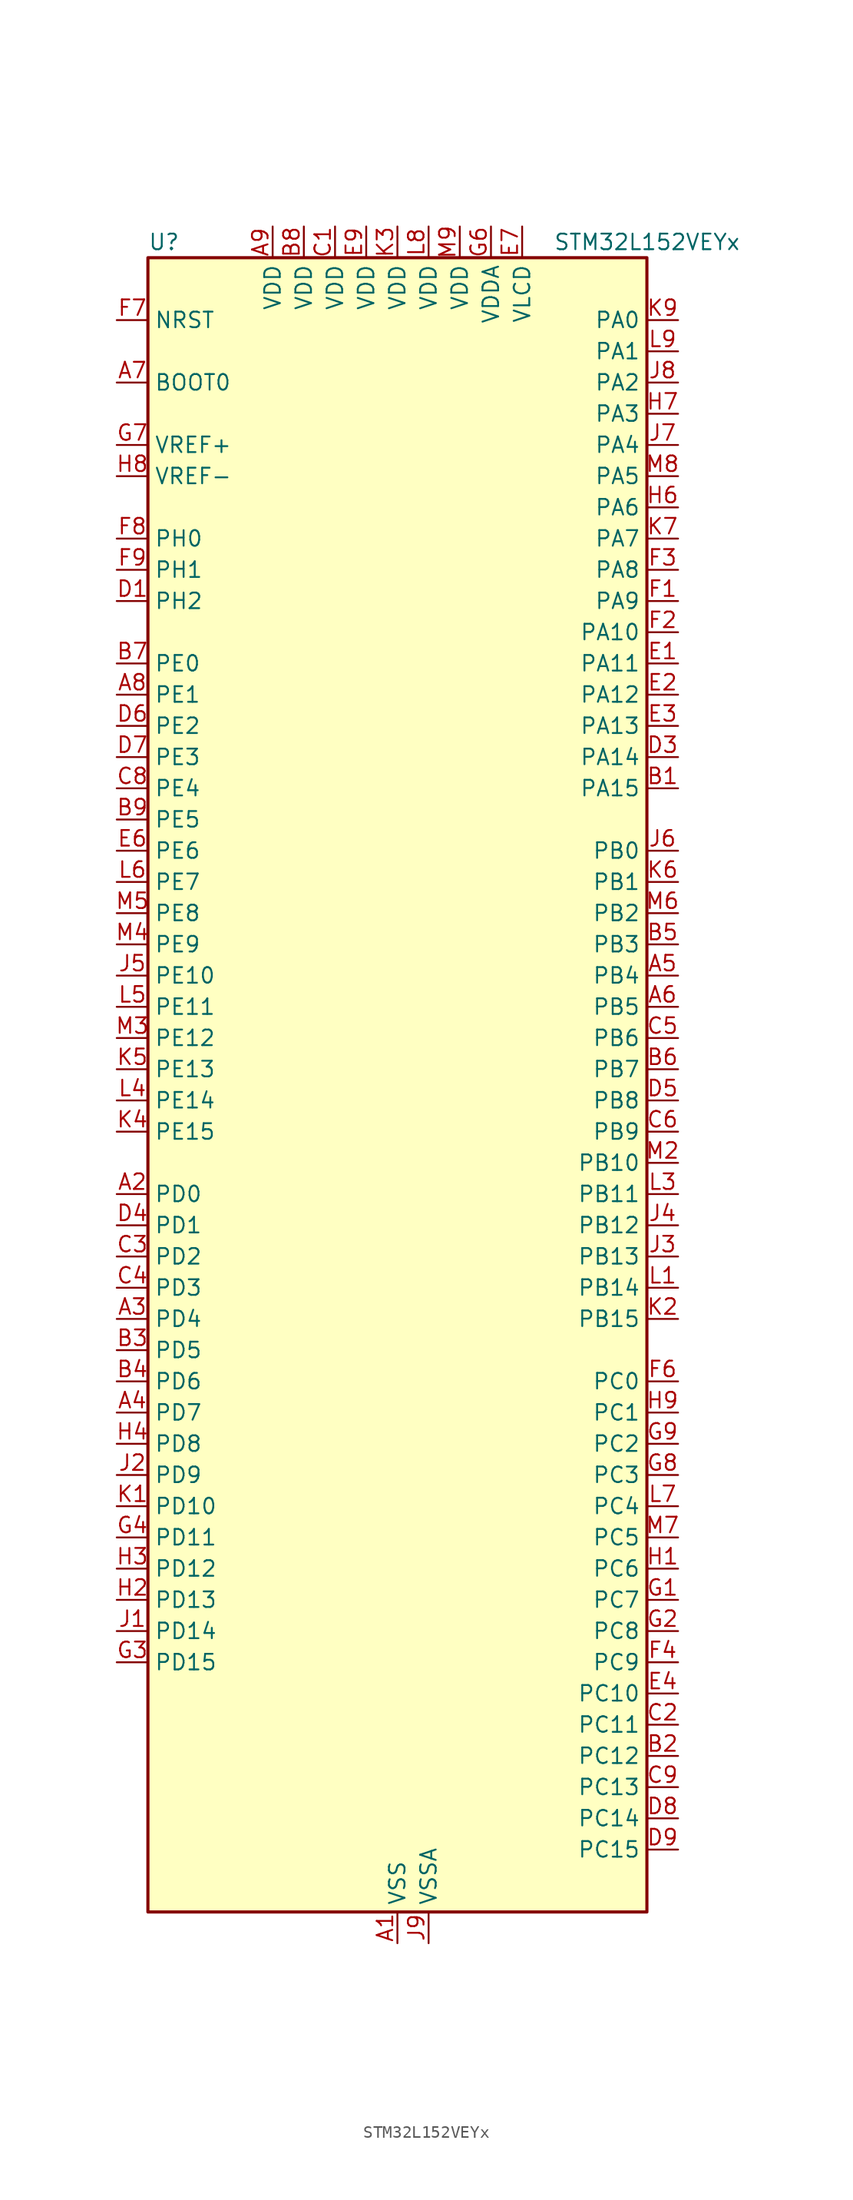
<source format=kicad_sym>
(kicad_symbol_lib
  (version 20241209)
  (generator "kicad_symbol_editor")
  (generator_version "9.0")
  (symbol "STM32L152VEYx"
    (property "Reference" "U"
      (at -20.32 69.85 0)
      (effects (font (size 1.27 1.27)) (justify left)))
    (property "Value" "STM32L152VEYx"
      (at 12.7 69.85 0)
      (effects (font (size 1.27 1.27)) (justify left)))
    (symbol "STM32L152VEYx_0_1"
      (rectangle (start -20.32 -66.04) (end 20.32 68.58) (stroke (width 0.254) (type default)) (fill (type background))))
    (symbol "STM32L152VEYx_1_1"
      (pin input line (at -22.86 63.5 0) (length 2.54) (name "NRST" (effects (font (size 1.27 1.27)))) (number "F7" (effects (font (size 1.27 1.27)))))
      (pin input line (at -22.86 58.42 0) (length 2.54) (name "BOOT0" (effects (font (size 1.27 1.27)))) (number "A7" (effects (font (size 1.27 1.27)))))
      (pin input line (at -22.86 53.34 0) (length 2.54) (name "VREF+" (effects (font (size 1.27 1.27)))) (number "G7" (effects (font (size 1.27 1.27)))))
      (pin input line (at -22.86 50.8 0) (length 2.54) (name "VREF-" (effects (font (size 1.27 1.27)))) (number "H8" (effects (font (size 1.27 1.27)))))
      (pin bidirectional line (at -22.86 45.72 0) (length 2.54) (name "PH0" (effects (font (size 1.27 1.27)))) (number "F8" (effects (font (size 1.27 1.27)))) (alternate "RCC_OSC_IN" bidirectional line))
      (pin bidirectional line (at -22.86 43.18 0) (length 2.54) (name "PH1" (effects (font (size 1.27 1.27)))) (number "F9" (effects (font (size 1.27 1.27)))) (alternate "RCC_OSC_OUT" bidirectional line))
      (pin bidirectional line (at -22.86 40.64 0) (length 2.54) (name "PH2" (effects (font (size 1.27 1.27)))) (number "D1" (effects (font (size 1.27 1.27)))))
      (pin bidirectional line (at -22.86 35.56 0) (length 2.54) (name "PE0" (effects (font (size 1.27 1.27)))) (number "B7" (effects (font (size 1.27 1.27)))) (alternate "LCD_SEG36" bidirectional line) (alternate "TIM10_CH1" bidirectional line) (alternate "TIM4_ETR" bidirectional line) (alternate "TIMX_IC1" bidirectional line))
      (pin bidirectional line (at -22.86 33.02 0) (length 2.54) (name "PE1" (effects (font (size 1.27 1.27)))) (number "A8" (effects (font (size 1.27 1.27)))) (alternate "LCD_SEG37" bidirectional line) (alternate "TIM11_CH1" bidirectional line) (alternate "TIMX_IC2" bidirectional line))
      (pin bidirectional line (at -22.86 30.48 0) (length 2.54) (name "PE2" (effects (font (size 1.27 1.27)))) (number "D6" (effects (font (size 1.27 1.27)))) (alternate "LCD_SEG38" bidirectional line) (alternate "SYS_TRACECK" bidirectional line) (alternate "TIM3_ETR" bidirectional line) (alternate "TIMX_IC3" bidirectional line))
      (pin bidirectional line (at -22.86 27.94 0) (length 2.54) (name "PE3" (effects (font (size 1.27 1.27)))) (number "D7" (effects (font (size 1.27 1.27)))) (alternate "LCD_SEG39" bidirectional line) (alternate "SYS_TRACED0" bidirectional line) (alternate "TIM3_CH1" bidirectional line) (alternate "TIMX_IC4" bidirectional line))
      (pin bidirectional line (at -22.86 25.4 0) (length 2.54) (name "PE4" (effects (font (size 1.27 1.27)))) (number "C8" (effects (font (size 1.27 1.27)))) (alternate "SYS_TRACED1" bidirectional line) (alternate "TIM3_CH2" bidirectional line) (alternate "TIMX_IC1" bidirectional line))
      (pin bidirectional line (at -22.86 22.86 0) (length 2.54) (name "PE5" (effects (font (size 1.27 1.27)))) (number "B9" (effects (font (size 1.27 1.27)))) (alternate "SYS_TRACED2" bidirectional line) (alternate "TIM9_CH1" bidirectional line) (alternate "TIMX_IC2" bidirectional line))
      (pin bidirectional line (at -22.86 20.32 0) (length 2.54) (name "PE6" (effects (font (size 1.27 1.27)))) (number "E6" (effects (font (size 1.27 1.27)))) (alternate "RTC_TAMP3" bidirectional line) (alternate "SYS_TRACED3" bidirectional line) (alternate "SYS_WKUP3" bidirectional line) (alternate "TIM9_CH2" bidirectional line) (alternate "TIMX_IC3" bidirectional line))
      (pin bidirectional line (at -22.86 17.78 0) (length 2.54) (name "PE7" (effects (font (size 1.27 1.27)))) (number "L6" (effects (font (size 1.27 1.27)))) (alternate "ADC_IN22" bidirectional line) (alternate "COMP1_INP" bidirectional line) (alternate "TIMX_IC4" bidirectional line))
      (pin bidirectional line (at -22.86 15.24 0) (length 2.54) (name "PE8" (effects (font (size 1.27 1.27)))) (number "M5" (effects (font (size 1.27 1.27)))) (alternate "ADC_IN23" bidirectional line) (alternate "COMP1_INP" bidirectional line) (alternate "TIMX_IC1" bidirectional line))
      (pin bidirectional line (at -22.86 12.7 0) (length 2.54) (name "PE9" (effects (font (size 1.27 1.27)))) (number "M4" (effects (font (size 1.27 1.27)))) (alternate "ADC_IN24" bidirectional line) (alternate "COMP1_INP" bidirectional line) (alternate "DAC_EXTI9" bidirectional line) (alternate "TIM2_CH1" bidirectional line) (alternate "TIM2_ETR" bidirectional line) (alternate "TIMX_IC2" bidirectional line))
      (pin bidirectional line (at -22.86 10.16 0) (length 2.54) (name "PE10" (effects (font (size 1.27 1.27)))) (number "J5" (effects (font (size 1.27 1.27)))) (alternate "ADC_IN25" bidirectional line) (alternate "COMP1_INP" bidirectional line) (alternate "TIM2_CH2" bidirectional line) (alternate "TIMX_IC3" bidirectional line))
      (pin bidirectional line (at -22.86 7.62 0) (length 2.54) (name "PE11" (effects (font (size 1.27 1.27)))) (number "L5" (effects (font (size 1.27 1.27)))) (alternate "ADC_EXTI11" bidirectional line) (alternate "TIM2_CH3" bidirectional line) (alternate "TIMX_IC4" bidirectional line))
      (pin bidirectional line (at -22.86 5.08 0) (length 2.54) (name "PE12" (effects (font (size 1.27 1.27)))) (number "M3" (effects (font (size 1.27 1.27)))) (alternate "SPI1_NSS" bidirectional line) (alternate "TIM2_CH4" bidirectional line) (alternate "TIMX_IC1" bidirectional line))
      (pin bidirectional line (at -22.86 2.54 0) (length 2.54) (name "PE13" (effects (font (size 1.27 1.27)))) (number "K5" (effects (font (size 1.27 1.27)))) (alternate "SPI1_SCK" bidirectional line) (alternate "TIMX_IC2" bidirectional line))
      (pin bidirectional line (at -22.86 0 0) (length 2.54) (name "PE14" (effects (font (size 1.27 1.27)))) (number "L4" (effects (font (size 1.27 1.27)))) (alternate "SPI1_MISO" bidirectional line) (alternate "TIMX_IC3" bidirectional line))
      (pin bidirectional line (at -22.86 -2.54 0) (length 2.54) (name "PE15" (effects (font (size 1.27 1.27)))) (number "K4" (effects (font (size 1.27 1.27)))) (alternate "ADC_EXTI15" bidirectional line) (alternate "SPI1_MOSI" bidirectional line) (alternate "TIMX_IC4" bidirectional line))
      (pin bidirectional line (at -22.86 -7.62 0) (length 2.54) (name "PD0" (effects (font (size 1.27 1.27)))) (number "A2" (effects (font (size 1.27 1.27)))) (alternate "I2S2_WS" bidirectional line) (alternate "SPI2_NSS" bidirectional line) (alternate "TIM9_CH1" bidirectional line) (alternate "TIMX_IC1" bidirectional line))
      (pin bidirectional line (at -22.86 -10.16 0) (length 2.54) (name "PD1" (effects (font (size 1.27 1.27)))) (number "D4" (effects (font (size 1.27 1.27)))) (alternate "I2S2_CK" bidirectional line) (alternate "SPI2_SCK" bidirectional line) (alternate "TIMX_IC2" bidirectional line))
      (pin bidirectional line (at -22.86 -12.7 0) (length 2.54) (name "PD2" (effects (font (size 1.27 1.27)))) (number "C3" (effects (font (size 1.27 1.27)))) (alternate "LCD_COM7" bidirectional line) (alternate "LCD_SEG31" bidirectional line) (alternate "LCD_SEG43" bidirectional line) (alternate "TIM3_ETR" bidirectional line) (alternate "TIMX_IC3" bidirectional line) (alternate "UART5_RX" bidirectional line))
      (pin bidirectional line (at -22.86 -15.24 0) (length 2.54) (name "PD3" (effects (font (size 1.27 1.27)))) (number "C4" (effects (font (size 1.27 1.27)))) (alternate "SPI2_MISO" bidirectional line) (alternate "TIMX_IC4" bidirectional line) (alternate "USART2_CTS" bidirectional line))
      (pin bidirectional line (at -22.86 -17.78 0) (length 2.54) (name "PD4" (effects (font (size 1.27 1.27)))) (number "A3" (effects (font (size 1.27 1.27)))) (alternate "I2S2_SD" bidirectional line) (alternate "SPI2_MOSI" bidirectional line) (alternate "TIMX_IC1" bidirectional line) (alternate "USART2_RTS" bidirectional line))
      (pin bidirectional line (at -22.86 -20.32 0) (length 2.54) (name "PD5" (effects (font (size 1.27 1.27)))) (number "B3" (effects (font (size 1.27 1.27)))) (alternate "TIMX_IC2" bidirectional line) (alternate "USART2_TX" bidirectional line))
      (pin bidirectional line (at -22.86 -22.86 0) (length 2.54) (name "PD6" (effects (font (size 1.27 1.27)))) (number "B4" (effects (font (size 1.27 1.27)))) (alternate "TIMX_IC3" bidirectional line) (alternate "USART2_RX" bidirectional line))
      (pin bidirectional line (at -22.86 -25.4 0) (length 2.54) (name "PD7" (effects (font (size 1.27 1.27)))) (number "A4" (effects (font (size 1.27 1.27)))) (alternate "TIM9_CH2" bidirectional line) (alternate "TIMX_IC4" bidirectional line) (alternate "USART2_CK" bidirectional line))
      (pin bidirectional line (at -22.86 -27.94 0) (length 2.54) (name "PD8" (effects (font (size 1.27 1.27)))) (number "H4" (effects (font (size 1.27 1.27)))) (alternate "LCD_SEG28" bidirectional line) (alternate "TIMX_IC1" bidirectional line) (alternate "USART3_TX" bidirectional line))
      (pin bidirectional line (at -22.86 -30.48 0) (length 2.54) (name "PD9" (effects (font (size 1.27 1.27)))) (number "J2" (effects (font (size 1.27 1.27)))) (alternate "DAC_EXTI9" bidirectional line) (alternate "LCD_SEG29" bidirectional line) (alternate "TIMX_IC2" bidirectional line) (alternate "USART3_RX" bidirectional line))
      (pin bidirectional line (at -22.86 -33.02 0) (length 2.54) (name "PD10" (effects (font (size 1.27 1.27)))) (number "K1" (effects (font (size 1.27 1.27)))) (alternate "LCD_SEG30" bidirectional line) (alternate "TIMX_IC3" bidirectional line) (alternate "USART3_CK" bidirectional line))
      (pin bidirectional line (at -22.86 -35.56 0) (length 2.54) (name "PD11" (effects (font (size 1.27 1.27)))) (number "G4" (effects (font (size 1.27 1.27)))) (alternate "ADC_EXTI11" bidirectional line) (alternate "LCD_SEG31" bidirectional line) (alternate "TIMX_IC4" bidirectional line) (alternate "USART3_CTS" bidirectional line))
      (pin bidirectional line (at -22.86 -38.1 0) (length 2.54) (name "PD12" (effects (font (size 1.27 1.27)))) (number "H3" (effects (font (size 1.27 1.27)))) (alternate "LCD_SEG32" bidirectional line) (alternate "TIM4_CH1" bidirectional line) (alternate "TIMX_IC1" bidirectional line) (alternate "USART3_RTS" bidirectional line))
      (pin bidirectional line (at -22.86 -40.64 0) (length 2.54) (name "PD13" (effects (font (size 1.27 1.27)))) (number "H2" (effects (font (size 1.27 1.27)))) (alternate "LCD_SEG33" bidirectional line) (alternate "TIM4_CH2" bidirectional line) (alternate "TIMX_IC2" bidirectional line))
      (pin bidirectional line (at -22.86 -43.18 0) (length 2.54) (name "PD14" (effects (font (size 1.27 1.27)))) (number "J1" (effects (font (size 1.27 1.27)))) (alternate "LCD_SEG34" bidirectional line) (alternate "TIM4_CH3" bidirectional line) (alternate "TIMX_IC3" bidirectional line))
      (pin bidirectional line (at -22.86 -45.72 0) (length 2.54) (name "PD15" (effects (font (size 1.27 1.27)))) (number "G3" (effects (font (size 1.27 1.27)))) (alternate "ADC_EXTI15" bidirectional line) (alternate "LCD_SEG35" bidirectional line) (alternate "TIM4_CH4" bidirectional line) (alternate "TIMX_IC4" bidirectional line))
      (pin power_in line (at -10.16 71.12 270) (length 2.54) (name "VDD" (effects (font (size 1.27 1.27)))) (number "A9" (effects (font (size 1.27 1.27)))))
      (pin power_in line (at -7.62 71.12 270) (length 2.54) (name "VDD" (effects (font (size 1.27 1.27)))) (number "B8" (effects (font (size 1.27 1.27)))))
      (pin power_in line (at -5.08 71.12 270) (length 2.54) (name "VDD" (effects (font (size 1.27 1.27)))) (number "C1" (effects (font (size 1.27 1.27)))))
      (pin power_in line (at -2.54 71.12 270) (length 2.54) (name "VDD" (effects (font (size 1.27 1.27)))) (number "E9" (effects (font (size 1.27 1.27)))))
      (pin power_in line (at 0 71.12 270) (length 2.54) (name "VDD" (effects (font (size 1.27 1.27)))) (number "K3" (effects (font (size 1.27 1.27)))))
      (pin power_in line (at 0 -68.58 90) (length 2.54) (name "VSS" (effects (font (size 1.27 1.27)))) (number "A1" (effects (font (size 1.27 1.27)))))
      (pin passive line (at 0 -68.58 90) (length 2.54) (hide yes) (name "VSS" (effects (font (size 1.27 1.27)))) (number "C7" (effects (font (size 1.27 1.27)))))
      (pin passive line (at 0 -68.58 90) (length 2.54) (hide yes) (name "VSS" (effects (font (size 1.27 1.27)))) (number "D2" (effects (font (size 1.27 1.27)))))
      (pin passive line (at 0 -68.58 90) (length 2.54) (hide yes) (name "VSS" (effects (font (size 1.27 1.27)))) (number "E8" (effects (font (size 1.27 1.27)))))
      (pin passive line (at 0 -68.58 90) (length 2.54) (hide yes) (name "VSS" (effects (font (size 1.27 1.27)))) (number "K8" (effects (font (size 1.27 1.27)))))
      (pin passive line (at 0 -68.58 90) (length 2.54) (hide yes) (name "VSS" (effects (font (size 1.27 1.27)))) (number "L2" (effects (font (size 1.27 1.27)))))
      (pin passive line (at 0 -68.58 90) (length 2.54) (hide yes) (name "VSS" (effects (font (size 1.27 1.27)))) (number "M1" (effects (font (size 1.27 1.27)))))
      (pin power_in line (at 2.54 71.12 270) (length 2.54) (name "VDD" (effects (font (size 1.27 1.27)))) (number "L8" (effects (font (size 1.27 1.27)))))
      (pin power_in line (at 2.54 -68.58 90) (length 2.54) (name "VSSA" (effects (font (size 1.27 1.27)))) (number "J9" (effects (font (size 1.27 1.27)))))
      (pin power_in line (at 5.08 71.12 270) (length 2.54) (name "VDD" (effects (font (size 1.27 1.27)))) (number "M9" (effects (font (size 1.27 1.27)))))
      (pin power_in line (at 7.62 71.12 270) (length 2.54) (name "VDDA" (effects (font (size 1.27 1.27)))) (number "G6" (effects (font (size 1.27 1.27)))))
      (pin power_in line (at 10.16 71.12 270) (length 2.54) (name "VLCD" (effects (font (size 1.27 1.27)))) (number "E7" (effects (font (size 1.27 1.27)))))
      (pin bidirectional line (at 22.86 63.5 180) (length 2.54) (name "PA0" (effects (font (size 1.27 1.27)))) (number "K9" (effects (font (size 1.27 1.27)))) (alternate "ADC_IN0" bidirectional line) (alternate "COMP1_INP" bidirectional line) (alternate "RTC_TAMP2" bidirectional line) (alternate "SYS_WKUP1" bidirectional line) (alternate "TIM2_CH1" bidirectional line) (alternate "TIM2_ETR" bidirectional line) (alternate "TIM5_CH1" bidirectional line) (alternate "TIMX_IC1" bidirectional line) (alternate "TS_G1_IO1" bidirectional line) (alternate "USART2_CTS" bidirectional line))
      (pin bidirectional line (at 22.86 60.96 180) (length 2.54) (name "PA1" (effects (font (size 1.27 1.27)))) (number "L9" (effects (font (size 1.27 1.27)))) (alternate "ADC_IN1" bidirectional line) (alternate "COMP1_INP" bidirectional line) (alternate "LCD_SEG0" bidirectional line) (alternate "OPAMP1_VINP" bidirectional line) (alternate "TIM2_CH2" bidirectional line) (alternate "TIM5_CH2" bidirectional line) (alternate "TIMX_IC2" bidirectional line) (alternate "TS_G1_IO2" bidirectional line) (alternate "USART2_RTS" bidirectional line))
      (pin bidirectional line (at 22.86 58.42 180) (length 2.54) (name "PA2" (effects (font (size 1.27 1.27)))) (number "J8" (effects (font (size 1.27 1.27)))) (alternate "ADC_IN2" bidirectional line) (alternate "COMP1_INP" bidirectional line) (alternate "LCD_SEG1" bidirectional line) (alternate "OPAMP1_VINM" bidirectional line) (alternate "TIM2_CH3" bidirectional line) (alternate "TIM5_CH3" bidirectional line) (alternate "TIM9_CH1" bidirectional line) (alternate "TIMX_IC3" bidirectional line) (alternate "TS_G1_IO3" bidirectional line) (alternate "USART2_TX" bidirectional line))
      (pin bidirectional line (at 22.86 55.88 180) (length 2.54) (name "PA3" (effects (font (size 1.27 1.27)))) (number "H7" (effects (font (size 1.27 1.27)))) (alternate "ADC_IN3" bidirectional line) (alternate "COMP1_INP" bidirectional line) (alternate "LCD_SEG2" bidirectional line) (alternate "OPAMP1_VOUT" bidirectional line) (alternate "TIM2_CH4" bidirectional line) (alternate "TIM5_CH4" bidirectional line) (alternate "TIM9_CH2" bidirectional line) (alternate "TIMX_IC4" bidirectional line) (alternate "TS_G1_IO4" bidirectional line) (alternate "USART2_RX" bidirectional line))
      (pin bidirectional line (at 22.86 53.34 180) (length 2.54) (name "PA4" (effects (font (size 1.27 1.27)))) (number "J7" (effects (font (size 1.27 1.27)))) (alternate "ADC_IN4" bidirectional line) (alternate "COMP1_INP" bidirectional line) (alternate "DAC_OUT1" bidirectional line) (alternate "I2S3_WS" bidirectional line) (alternate "SPI1_NSS" bidirectional line) (alternate "SPI3_NSS" bidirectional line) (alternate "TIMX_IC1" bidirectional line) (alternate "USART2_CK" bidirectional line))
      (pin bidirectional line (at 22.86 50.8 180) (length 2.54) (name "PA5" (effects (font (size 1.27 1.27)))) (number "M8" (effects (font (size 1.27 1.27)))) (alternate "ADC_IN5" bidirectional line) (alternate "COMP1_INP" bidirectional line) (alternate "DAC_OUT2" bidirectional line) (alternate "SPI1_SCK" bidirectional line) (alternate "TIM2_CH1" bidirectional line) (alternate "TIM2_ETR" bidirectional line) (alternate "TIMX_IC2" bidirectional line))
      (pin bidirectional line (at 22.86 48.26 180) (length 2.54) (name "PA6" (effects (font (size 1.27 1.27)))) (number "H6" (effects (font (size 1.27 1.27)))) (alternate "ADC_IN6" bidirectional line) (alternate "COMP1_INP" bidirectional line) (alternate "LCD_SEG3" bidirectional line) (alternate "OPAMP2_VINP" bidirectional line) (alternate "SPI1_MISO" bidirectional line) (alternate "TIM10_CH1" bidirectional line) (alternate "TIM3_CH1" bidirectional line) (alternate "TIMX_IC3" bidirectional line) (alternate "TS_G2_IO1" bidirectional line))
      (pin bidirectional line (at 22.86 45.72 180) (length 2.54) (name "PA7" (effects (font (size 1.27 1.27)))) (number "K7" (effects (font (size 1.27 1.27)))) (alternate "ADC_IN7" bidirectional line) (alternate "COMP1_INP" bidirectional line) (alternate "LCD_SEG4" bidirectional line) (alternate "OPAMP2_VINM" bidirectional line) (alternate "SPI1_MOSI" bidirectional line) (alternate "TIM11_CH1" bidirectional line) (alternate "TIM3_CH2" bidirectional line) (alternate "TIMX_IC4" bidirectional line) (alternate "TS_G2_IO2" bidirectional line))
      (pin bidirectional line (at 22.86 43.18 180) (length 2.54) (name "PA8" (effects (font (size 1.27 1.27)))) (number "F3" (effects (font (size 1.27 1.27)))) (alternate "LCD_COM0" bidirectional line) (alternate "RCC_MCO" bidirectional line) (alternate "TIMX_IC1" bidirectional line) (alternate "TS_G4_IO1" bidirectional line) (alternate "USART1_CK" bidirectional line))
      (pin bidirectional line (at 22.86 40.64 180) (length 2.54) (name "PA9" (effects (font (size 1.27 1.27)))) (number "F1" (effects (font (size 1.27 1.27)))) (alternate "DAC_EXTI9" bidirectional line) (alternate "LCD_COM1" bidirectional line) (alternate "TIMX_IC2" bidirectional line) (alternate "TS_G4_IO2" bidirectional line) (alternate "USART1_TX" bidirectional line))
      (pin bidirectional line (at 22.86 38.1 180) (length 2.54) (name "PA10" (effects (font (size 1.27 1.27)))) (number "F2" (effects (font (size 1.27 1.27)))) (alternate "LCD_COM2" bidirectional line) (alternate "TIMX_IC3" bidirectional line) (alternate "TS_G4_IO3" bidirectional line) (alternate "USART1_RX" bidirectional line))
      (pin bidirectional line (at 22.86 35.56 180) (length 2.54) (name "PA11" (effects (font (size 1.27 1.27)))) (number "E1" (effects (font (size 1.27 1.27)))) (alternate "ADC_EXTI11" bidirectional line) (alternate "SPI1_MISO" bidirectional line) (alternate "TIMX_IC4" bidirectional line) (alternate "USART1_CTS" bidirectional line) (alternate "USB_DM" bidirectional line))
      (pin bidirectional line (at 22.86 33.02 180) (length 2.54) (name "PA12" (effects (font (size 1.27 1.27)))) (number "E2" (effects (font (size 1.27 1.27)))) (alternate "SPI1_MOSI" bidirectional line) (alternate "TIMX_IC1" bidirectional line) (alternate "USART1_RTS" bidirectional line) (alternate "USB_DP" bidirectional line))
      (pin bidirectional line (at 22.86 30.48 180) (length 2.54) (name "PA13" (effects (font (size 1.27 1.27)))) (number "E3" (effects (font (size 1.27 1.27)))) (alternate "SYS_JTMS-SWDIO" bidirectional line) (alternate "TIMX_IC2" bidirectional line) (alternate "TS_G5_IO1" bidirectional line))
      (pin bidirectional line (at 22.86 27.94 180) (length 2.54) (name "PA14" (effects (font (size 1.27 1.27)))) (number "D3" (effects (font (size 1.27 1.27)))) (alternate "SYS_JTCK-SWCLK" bidirectional line) (alternate "TIMX_IC3" bidirectional line) (alternate "TS_G5_IO2" bidirectional line))
      (pin bidirectional line (at 22.86 25.4 180) (length 2.54) (name "PA15" (effects (font (size 1.27 1.27)))) (number "B1" (effects (font (size 1.27 1.27)))) (alternate "ADC_EXTI15" bidirectional line) (alternate "I2S3_WS" bidirectional line) (alternate "LCD_SEG17" bidirectional line) (alternate "SPI1_NSS" bidirectional line) (alternate "SPI3_NSS" bidirectional line) (alternate "SYS_JTDI" bidirectional line) (alternate "TIM2_CH1" bidirectional line) (alternate "TIM2_ETR" bidirectional line) (alternate "TIMX_IC4" bidirectional line) (alternate "TS_G5_IO3" bidirectional line))
      (pin bidirectional line (at 22.86 20.32 180) (length 2.54) (name "PB0" (effects (font (size 1.27 1.27)))) (number "J6" (effects (font (size 1.27 1.27)))) (alternate "ADC_IN8" bidirectional line) (alternate "COMP1_INP" bidirectional line) (alternate "LCD_SEG5" bidirectional line) (alternate "OPAMP2_VOUT" bidirectional line) (alternate "SYS_V_REF_OUT" bidirectional line) (alternate "TIM3_CH3" bidirectional line) (alternate "TS_G3_IO1" bidirectional line))
      (pin bidirectional line (at 22.86 17.78 180) (length 2.54) (name "PB1" (effects (font (size 1.27 1.27)))) (number "K6" (effects (font (size 1.27 1.27)))) (alternate "ADC_IN9" bidirectional line) (alternate "COMP1_INP" bidirectional line) (alternate "LCD_SEG6" bidirectional line) (alternate "SYS_V_REF_OUT" bidirectional line) (alternate "TIM3_CH4" bidirectional line) (alternate "TS_G3_IO2" bidirectional line))
      (pin bidirectional line (at 22.86 15.24 180) (length 2.54) (name "PB2" (effects (font (size 1.27 1.27)))) (number "M6" (effects (font (size 1.27 1.27)))) (alternate "ADC_IN0b" bidirectional line) (alternate "TS_G3_IO3" bidirectional line))
      (pin bidirectional line (at 22.86 12.7 180) (length 2.54) (name "PB3" (effects (font (size 1.27 1.27)))) (number "B5" (effects (font (size 1.27 1.27)))) (alternate "COMP2_INM" bidirectional line) (alternate "I2S3_CK" bidirectional line) (alternate "LCD_SEG7" bidirectional line) (alternate "SPI1_SCK" bidirectional line) (alternate "SPI3_SCK" bidirectional line) (alternate "SYS_JTDO-TRACESWO" bidirectional line) (alternate "TIM2_CH2" bidirectional line))
      (pin bidirectional line (at 22.86 10.16 180) (length 2.54) (name "PB4" (effects (font (size 1.27 1.27)))) (number "A5" (effects (font (size 1.27 1.27)))) (alternate "COMP2_INP" bidirectional line) (alternate "LCD_SEG8" bidirectional line) (alternate "SPI1_MISO" bidirectional line) (alternate "SPI3_MISO" bidirectional line) (alternate "SYS_JTRST" bidirectional line) (alternate "TIM3_CH1" bidirectional line) (alternate "TS_G6_IO1" bidirectional line))
      (pin bidirectional line (at 22.86 7.62 180) (length 2.54) (name "PB5" (effects (font (size 1.27 1.27)))) (number "A6" (effects (font (size 1.27 1.27)))) (alternate "COMP2_INP" bidirectional line) (alternate "I2C1_SMBA" bidirectional line) (alternate "I2S3_SD" bidirectional line) (alternate "LCD_SEG9" bidirectional line) (alternate "SPI1_MOSI" bidirectional line) (alternate "SPI3_MOSI" bidirectional line) (alternate "TIM3_CH2" bidirectional line) (alternate "TS_G6_IO2" bidirectional line))
      (pin bidirectional line (at 22.86 5.08 180) (length 2.54) (name "PB6" (effects (font (size 1.27 1.27)))) (number "C5" (effects (font (size 1.27 1.27)))) (alternate "COMP2_INP" bidirectional line) (alternate "I2C1_SCL" bidirectional line) (alternate "TIM4_CH1" bidirectional line) (alternate "TS_G6_IO3" bidirectional line) (alternate "USART1_TX" bidirectional line))
      (pin bidirectional line (at 22.86 2.54 180) (length 2.54) (name "PB7" (effects (font (size 1.27 1.27)))) (number "B6" (effects (font (size 1.27 1.27)))) (alternate "COMP2_INP" bidirectional line) (alternate "I2C1_SDA" bidirectional line) (alternate "SYS_PVD_IN" bidirectional line) (alternate "TIM4_CH2" bidirectional line) (alternate "TS_G6_IO4" bidirectional line) (alternate "USART1_RX" bidirectional line))
      (pin bidirectional line (at 22.86 0 180) (length 2.54) (name "PB8" (effects (font (size 1.27 1.27)))) (number "D5" (effects (font (size 1.27 1.27)))) (alternate "I2C1_SCL" bidirectional line) (alternate "LCD_SEG16" bidirectional line) (alternate "TIM10_CH1" bidirectional line) (alternate "TIM4_CH3" bidirectional line))
      (pin bidirectional line (at 22.86 -2.54 180) (length 2.54) (name "PB9" (effects (font (size 1.27 1.27)))) (number "C6" (effects (font (size 1.27 1.27)))) (alternate "DAC_EXTI9" bidirectional line) (alternate "I2C1_SDA" bidirectional line) (alternate "LCD_COM3" bidirectional line) (alternate "TIM11_CH1" bidirectional line) (alternate "TIM4_CH4" bidirectional line))
      (pin bidirectional line (at 22.86 -5.08 180) (length 2.54) (name "PB10" (effects (font (size 1.27 1.27)))) (number "M2" (effects (font (size 1.27 1.27)))) (alternate "I2C2_SCL" bidirectional line) (alternate "LCD_SEG10" bidirectional line) (alternate "TIM2_CH3" bidirectional line) (alternate "USART3_TX" bidirectional line))
      (pin bidirectional line (at 22.86 -7.62 180) (length 2.54) (name "PB11" (effects (font (size 1.27 1.27)))) (number "L3" (effects (font (size 1.27 1.27)))) (alternate "ADC_EXTI11" bidirectional line) (alternate "I2C2_SDA" bidirectional line) (alternate "LCD_SEG11" bidirectional line) (alternate "TIM2_CH4" bidirectional line) (alternate "USART3_RX" bidirectional line))
      (pin bidirectional line (at 22.86 -10.16 180) (length 2.54) (name "PB12" (effects (font (size 1.27 1.27)))) (number "J4" (effects (font (size 1.27 1.27)))) (alternate "ADC_IN18" bidirectional line) (alternate "COMP1_INP" bidirectional line) (alternate "I2C2_SMBA" bidirectional line) (alternate "I2S2_WS" bidirectional line) (alternate "LCD_SEG12" bidirectional line) (alternate "SPI2_NSS" bidirectional line) (alternate "TIM10_CH1" bidirectional line) (alternate "TS_G7_IO1" bidirectional line) (alternate "USART3_CK" bidirectional line))
      (pin bidirectional line (at 22.86 -12.7 180) (length 2.54) (name "PB13" (effects (font (size 1.27 1.27)))) (number "J3" (effects (font (size 1.27 1.27)))) (alternate "ADC_IN19" bidirectional line) (alternate "COMP1_INP" bidirectional line) (alternate "I2S2_CK" bidirectional line) (alternate "LCD_SEG13" bidirectional line) (alternate "SPI2_SCK" bidirectional line) (alternate "TIM9_CH1" bidirectional line) (alternate "TS_G7_IO2" bidirectional line) (alternate "USART3_CTS" bidirectional line))
      (pin bidirectional line (at 22.86 -15.24 180) (length 2.54) (name "PB14" (effects (font (size 1.27 1.27)))) (number "L1" (effects (font (size 1.27 1.27)))) (alternate "ADC_IN20" bidirectional line) (alternate "COMP1_INP" bidirectional line) (alternate "LCD_SEG14" bidirectional line) (alternate "SPI2_MISO" bidirectional line) (alternate "TIM9_CH2" bidirectional line) (alternate "TS_G7_IO3" bidirectional line) (alternate "USART3_RTS" bidirectional line))
      (pin bidirectional line (at 22.86 -17.78 180) (length 2.54) (name "PB15" (effects (font (size 1.27 1.27)))) (number "K2" (effects (font (size 1.27 1.27)))) (alternate "ADC_EXTI15" bidirectional line) (alternate "ADC_IN21" bidirectional line) (alternate "COMP1_INP" bidirectional line) (alternate "I2S2_SD" bidirectional line) (alternate "LCD_SEG15" bidirectional line) (alternate "RTC_REFIN" bidirectional line) (alternate "SPI2_MOSI" bidirectional line) (alternate "TIM11_CH1" bidirectional line) (alternate "TS_G7_IO4" bidirectional line))
      (pin bidirectional line (at 22.86 -22.86 180) (length 2.54) (name "PC0" (effects (font (size 1.27 1.27)))) (number "F6" (effects (font (size 1.27 1.27)))) (alternate "ADC_IN10" bidirectional line) (alternate "COMP1_INP" bidirectional line) (alternate "LCD_SEG18" bidirectional line) (alternate "TIMX_IC1" bidirectional line) (alternate "TS_G8_IO1" bidirectional line))
      (pin bidirectional line (at 22.86 -25.4 180) (length 2.54) (name "PC1" (effects (font (size 1.27 1.27)))) (number "H9" (effects (font (size 1.27 1.27)))) (alternate "ADC_IN11" bidirectional line) (alternate "COMP1_INP" bidirectional line) (alternate "LCD_SEG19" bidirectional line) (alternate "TIMX_IC2" bidirectional line) (alternate "TS_G8_IO2" bidirectional line))
      (pin bidirectional line (at 22.86 -27.94 180) (length 2.54) (name "PC2" (effects (font (size 1.27 1.27)))) (number "G9" (effects (font (size 1.27 1.27)))) (alternate "ADC_IN12" bidirectional line) (alternate "COMP1_INP" bidirectional line) (alternate "LCD_SEG20" bidirectional line) (alternate "TIMX_IC3" bidirectional line) (alternate "TS_G8_IO3" bidirectional line))
      (pin bidirectional line (at 22.86 -30.48 180) (length 2.54) (name "PC3" (effects (font (size 1.27 1.27)))) (number "G8" (effects (font (size 1.27 1.27)))) (alternate "ADC_IN13" bidirectional line) (alternate "COMP1_INP" bidirectional line) (alternate "LCD_SEG21" bidirectional line) (alternate "TIMX_IC4" bidirectional line) (alternate "TS_G8_IO4" bidirectional line))
      (pin bidirectional line (at 22.86 -33.02 180) (length 2.54) (name "PC4" (effects (font (size 1.27 1.27)))) (number "L7" (effects (font (size 1.27 1.27)))) (alternate "ADC_IN14" bidirectional line) (alternate "COMP1_INP" bidirectional line) (alternate "LCD_SEG22" bidirectional line) (alternate "TIMX_IC1" bidirectional line) (alternate "TS_G9_IO1" bidirectional line))
      (pin bidirectional line (at 22.86 -35.56 180) (length 2.54) (name "PC5" (effects (font (size 1.27 1.27)))) (number "M7" (effects (font (size 1.27 1.27)))) (alternate "ADC_IN15" bidirectional line) (alternate "COMP1_INP" bidirectional line) (alternate "LCD_SEG23" bidirectional line) (alternate "TIMX_IC2" bidirectional line) (alternate "TS_G9_IO2" bidirectional line))
      (pin bidirectional line (at 22.86 -38.1 180) (length 2.54) (name "PC6" (effects (font (size 1.27 1.27)))) (number "H1" (effects (font (size 1.27 1.27)))) (alternate "I2S2_MCK" bidirectional line) (alternate "LCD_SEG24" bidirectional line) (alternate "TIM3_CH1" bidirectional line) (alternate "TIMX_IC3" bidirectional line) (alternate "TS_G10_IO1" bidirectional line))
      (pin bidirectional line (at 22.86 -40.64 180) (length 2.54) (name "PC7" (effects (font (size 1.27 1.27)))) (number "G1" (effects (font (size 1.27 1.27)))) (alternate "I2S3_MCK" bidirectional line) (alternate "LCD_SEG25" bidirectional line) (alternate "TIM3_CH2" bidirectional line) (alternate "TIMX_IC4" bidirectional line) (alternate "TS_G10_IO2" bidirectional line))
      (pin bidirectional line (at 22.86 -43.18 180) (length 2.54) (name "PC8" (effects (font (size 1.27 1.27)))) (number "G2" (effects (font (size 1.27 1.27)))) (alternate "LCD_SEG26" bidirectional line) (alternate "TIM3_CH3" bidirectional line) (alternate "TIMX_IC1" bidirectional line) (alternate "TS_G10_IO3" bidirectional line))
      (pin bidirectional line (at 22.86 -45.72 180) (length 2.54) (name "PC9" (effects (font (size 1.27 1.27)))) (number "F4" (effects (font (size 1.27 1.27)))) (alternate "DAC_EXTI9" bidirectional line) (alternate "LCD_SEG27" bidirectional line) (alternate "TIM3_CH4" bidirectional line) (alternate "TIMX_IC2" bidirectional line) (alternate "TS_G10_IO4" bidirectional line))
      (pin bidirectional line (at 22.86 -48.26 180) (length 2.54) (name "PC10" (effects (font (size 1.27 1.27)))) (number "E4" (effects (font (size 1.27 1.27)))) (alternate "I2S3_CK" bidirectional line) (alternate "LCD_COM4" bidirectional line) (alternate "LCD_SEG28" bidirectional line) (alternate "LCD_SEG40" bidirectional line) (alternate "SPI3_SCK" bidirectional line) (alternate "TIMX_IC3" bidirectional line) (alternate "UART4_TX" bidirectional line) (alternate "USART3_TX" bidirectional line))
      (pin bidirectional line (at 22.86 -50.8 180) (length 2.54) (name "PC11" (effects (font (size 1.27 1.27)))) (number "C2" (effects (font (size 1.27 1.27)))) (alternate "ADC_EXTI11" bidirectional line) (alternate "LCD_COM5" bidirectional line) (alternate "LCD_SEG29" bidirectional line) (alternate "LCD_SEG41" bidirectional line) (alternate "SPI3_MISO" bidirectional line) (alternate "TIMX_IC4" bidirectional line) (alternate "UART4_RX" bidirectional line) (alternate "USART3_RX" bidirectional line))
      (pin bidirectional line (at 22.86 -53.34 180) (length 2.54) (name "PC12" (effects (font (size 1.27 1.27)))) (number "B2" (effects (font (size 1.27 1.27)))) (alternate "I2S3_SD" bidirectional line) (alternate "LCD_COM6" bidirectional line) (alternate "LCD_SEG30" bidirectional line) (alternate "LCD_SEG42" bidirectional line) (alternate "SPI3_MOSI" bidirectional line) (alternate "TIMX_IC1" bidirectional line) (alternate "UART5_TX" bidirectional line) (alternate "USART3_CK" bidirectional line))
      (pin bidirectional line (at 22.86 -55.88 180) (length 2.54) (name "PC13" (effects (font (size 1.27 1.27)))) (number "C9" (effects (font (size 1.27 1.27)))) (alternate "RTC_OUT_ALARM" bidirectional line) (alternate "RTC_OUT_CALIB" bidirectional line) (alternate "RTC_TAMP1" bidirectional line) (alternate "RTC_TS" bidirectional line) (alternate "SYS_WKUP2" bidirectional line) (alternate "TIMX_IC2" bidirectional line))
      (pin bidirectional line (at 22.86 -58.42 180) (length 2.54) (name "PC14" (effects (font (size 1.27 1.27)))) (number "D8" (effects (font (size 1.27 1.27)))) (alternate "RCC_OSC32_IN" bidirectional line) (alternate "TIMX_IC3" bidirectional line))
      (pin bidirectional line (at 22.86 -60.96 180) (length 2.54) (name "PC15" (effects (font (size 1.27 1.27)))) (number "D9" (effects (font (size 1.27 1.27)))) (alternate "ADC_EXTI15" bidirectional line) (alternate "RCC_OSC32_OUT" bidirectional line) (alternate "TIMX_IC4" bidirectional line)))))
</source>
